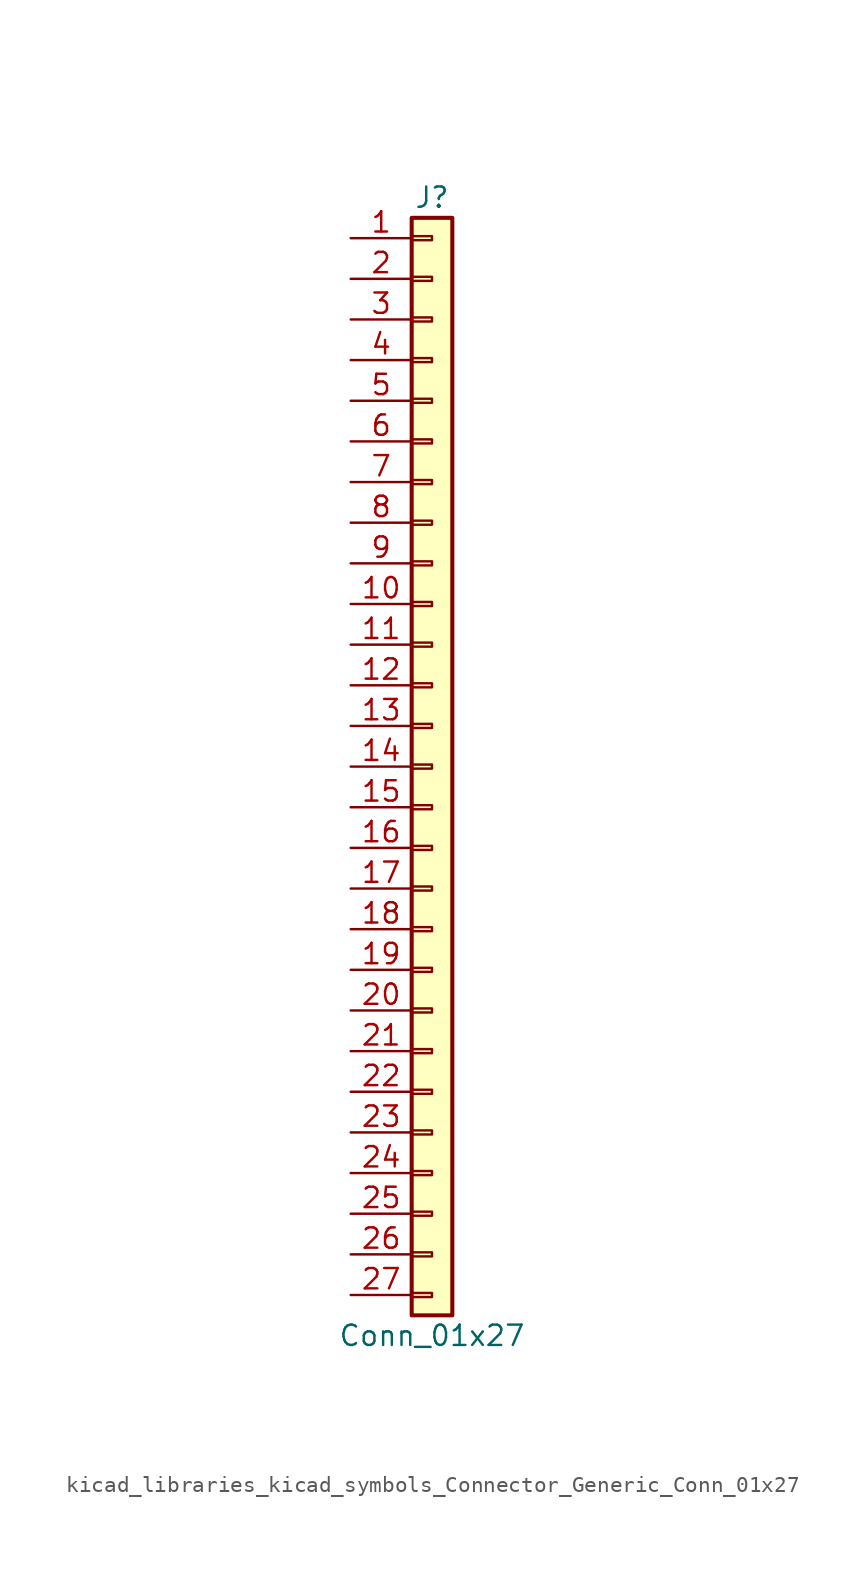
<source format=kicad_sym>
(kicad_symbol_lib
  (version 20220914)
  (generator kicad_symbol_editor)
  (symbol "kicad_libraries_kicad_symbols_Connector_Generic_Conn_01x27"
    (pin_names
      (offset 1.016) hide)
    (property "Reference" "J"
      (at 0 35.56 0)
      (effects (font (size 1.27 1.27))))
    (property "Value" "Conn_01x27"
      (at 0 -35.56 0)
      (effects (font (size 1.27 1.27))))
    (symbol "kicad_libraries_kicad_symbols_Connector_Generic_Conn_01x27_1_1"
      (rectangle (start -1.27 -32.893) (end 0 -33.147) (stroke (width 0.152) (type default)) (fill (type none)))
      (rectangle (start -1.27 -30.353) (end 0 -30.607) (stroke (width 0.152) (type default)) (fill (type none)))
      (rectangle (start -1.27 -27.813) (end 0 -28.067) (stroke (width 0.152) (type default)) (fill (type none)))
      (rectangle (start -1.27 -25.273) (end 0 -25.527) (stroke (width 0.152) (type default)) (fill (type none)))
      (rectangle (start -1.27 -22.733) (end 0 -22.987) (stroke (width 0.152) (type default)) (fill (type none)))
      (rectangle (start -1.27 -20.193) (end 0 -20.447) (stroke (width 0.152) (type default)) (fill (type none)))
      (rectangle (start -1.27 -17.653) (end 0 -17.907) (stroke (width 0.152) (type default)) (fill (type none)))
      (rectangle (start -1.27 -15.113) (end 0 -15.367) (stroke (width 0.152) (type default)) (fill (type none)))
      (rectangle (start -1.27 -12.573) (end 0 -12.827) (stroke (width 0.152) (type default)) (fill (type none)))
      (rectangle (start -1.27 -10.033) (end 0 -10.287) (stroke (width 0.152) (type default)) (fill (type none)))
      (rectangle (start -1.27 -7.493) (end 0 -7.747) (stroke (width 0.152) (type default)) (fill (type none)))
      (rectangle (start -1.27 -4.953) (end 0 -5.207) (stroke (width 0.152) (type default)) (fill (type none)))
      (rectangle (start -1.27 -2.413) (end 0 -2.667) (stroke (width 0.152) (type default)) (fill (type none)))
      (rectangle (start -1.27 0.127) (end 0 -0.127) (stroke (width 0.152) (type default)) (fill (type none)))
      (rectangle (start -1.27 2.667) (end 0 2.413) (stroke (width 0.152) (type default)) (fill (type none)))
      (rectangle (start -1.27 5.207) (end 0 4.953) (stroke (width 0.152) (type default)) (fill (type none)))
      (rectangle (start -1.27 7.747) (end 0 7.493) (stroke (width 0.152) (type default)) (fill (type none)))
      (rectangle (start -1.27 10.287) (end 0 10.033) (stroke (width 0.152) (type default)) (fill (type none)))
      (rectangle (start -1.27 12.827) (end 0 12.573) (stroke (width 0.152) (type default)) (fill (type none)))
      (rectangle (start -1.27 15.367) (end 0 15.113) (stroke (width 0.152) (type default)) (fill (type none)))
      (rectangle (start -1.27 17.907) (end 0 17.653) (stroke (width 0.152) (type default)) (fill (type none)))
      (rectangle (start -1.27 20.447) (end 0 20.193) (stroke (width 0.152) (type default)) (fill (type none)))
      (rectangle (start -1.27 22.987) (end 0 22.733) (stroke (width 0.152) (type default)) (fill (type none)))
      (rectangle (start -1.27 25.527) (end 0 25.273) (stroke (width 0.152) (type default)) (fill (type none)))
      (rectangle (start -1.27 28.067) (end 0 27.813) (stroke (width 0.152) (type default)) (fill (type none)))
      (rectangle (start -1.27 30.607) (end 0 30.353) (stroke (width 0.152) (type default)) (fill (type none)))
      (rectangle (start -1.27 33.147) (end 0 32.893) (stroke (width 0.152) (type default)) (fill (type none)))
      (rectangle (start -1.27 34.29) (end 1.27 -34.29) (stroke (width 0.254) (type default)) (fill (type background)))
      (pin passive line (at -5.08 33.02 0) (length 3.81) (name "Pin_1" (effects (font (size 1.27 1.27)))) (number "1" (effects (font (size 1.27 1.27)))))
      (pin passive line (at -5.08 10.16 0) (length 3.81) (name "Pin_10" (effects (font (size 1.27 1.27)))) (number "10" (effects (font (size 1.27 1.27)))))
      (pin passive line (at -5.08 7.62 0) (length 3.81) (name "Pin_11" (effects (font (size 1.27 1.27)))) (number "11" (effects (font (size 1.27 1.27)))))
      (pin passive line (at -5.08 5.08 0) (length 3.81) (name "Pin_12" (effects (font (size 1.27 1.27)))) (number "12" (effects (font (size 1.27 1.27)))))
      (pin passive line (at -5.08 2.54 0) (length 3.81) (name "Pin_13" (effects (font (size 1.27 1.27)))) (number "13" (effects (font (size 1.27 1.27)))))
      (pin passive line (at -5.08 0 0) (length 3.81) (name "Pin_14" (effects (font (size 1.27 1.27)))) (number "14" (effects (font (size 1.27 1.27)))))
      (pin passive line (at -5.08 -2.54 0) (length 3.81) (name "Pin_15" (effects (font (size 1.27 1.27)))) (number "15" (effects (font (size 1.27 1.27)))))
      (pin passive line (at -5.08 -5.08 0) (length 3.81) (name "Pin_16" (effects (font (size 1.27 1.27)))) (number "16" (effects (font (size 1.27 1.27)))))
      (pin passive line (at -5.08 -7.62 0) (length 3.81) (name "Pin_17" (effects (font (size 1.27 1.27)))) (number "17" (effects (font (size 1.27 1.27)))))
      (pin passive line (at -5.08 -10.16 0) (length 3.81) (name "Pin_18" (effects (font (size 1.27 1.27)))) (number "18" (effects (font (size 1.27 1.27)))))
      (pin passive line (at -5.08 -12.7 0) (length 3.81) (name "Pin_19" (effects (font (size 1.27 1.27)))) (number "19" (effects (font (size 1.27 1.27)))))
      (pin passive line (at -5.08 30.48 0) (length 3.81) (name "Pin_2" (effects (font (size 1.27 1.27)))) (number "2" (effects (font (size 1.27 1.27)))))
      (pin passive line (at -5.08 -15.24 0) (length 3.81) (name "Pin_20" (effects (font (size 1.27 1.27)))) (number "20" (effects (font (size 1.27 1.27)))))
      (pin passive line (at -5.08 -17.78 0) (length 3.81) (name "Pin_21" (effects (font (size 1.27 1.27)))) (number "21" (effects (font (size 1.27 1.27)))))
      (pin passive line (at -5.08 -20.32 0) (length 3.81) (name "Pin_22" (effects (font (size 1.27 1.27)))) (number "22" (effects (font (size 1.27 1.27)))))
      (pin passive line (at -5.08 -22.86 0) (length 3.81) (name "Pin_23" (effects (font (size 1.27 1.27)))) (number "23" (effects (font (size 1.27 1.27)))))
      (pin passive line (at -5.08 -25.4 0) (length 3.81) (name "Pin_24" (effects (font (size 1.27 1.27)))) (number "24" (effects (font (size 1.27 1.27)))))
      (pin passive line (at -5.08 -27.94 0) (length 3.81) (name "Pin_25" (effects (font (size 1.27 1.27)))) (number "25" (effects (font (size 1.27 1.27)))))
      (pin passive line (at -5.08 -30.48 0) (length 3.81) (name "Pin_26" (effects (font (size 1.27 1.27)))) (number "26" (effects (font (size 1.27 1.27)))))
      (pin passive line (at -5.08 -33.02 0) (length 3.81) (name "Pin_27" (effects (font (size 1.27 1.27)))) (number "27" (effects (font (size 1.27 1.27)))))
      (pin passive line (at -5.08 27.94 0) (length 3.81) (name "Pin_3" (effects (font (size 1.27 1.27)))) (number "3" (effects (font (size 1.27 1.27)))))
      (pin passive line (at -5.08 25.4 0) (length 3.81) (name "Pin_4" (effects (font (size 1.27 1.27)))) (number "4" (effects (font (size 1.27 1.27)))))
      (pin passive line (at -5.08 22.86 0) (length 3.81) (name "Pin_5" (effects (font (size 1.27 1.27)))) (number "5" (effects (font (size 1.27 1.27)))))
      (pin passive line (at -5.08 20.32 0) (length 3.81) (name "Pin_6" (effects (font (size 1.27 1.27)))) (number "6" (effects (font (size 1.27 1.27)))))
      (pin passive line (at -5.08 17.78 0) (length 3.81) (name "Pin_7" (effects (font (size 1.27 1.27)))) (number "7" (effects (font (size 1.27 1.27)))))
      (pin passive line (at -5.08 15.24 0) (length 3.81) (name "Pin_8" (effects (font (size 1.27 1.27)))) (number "8" (effects (font (size 1.27 1.27)))))
      (pin passive line (at -5.08 12.7 0) (length 3.81) (name "Pin_9" (effects (font (size 1.27 1.27)))) (number "9" (effects (font (size 1.27 1.27))))))))
</source>
